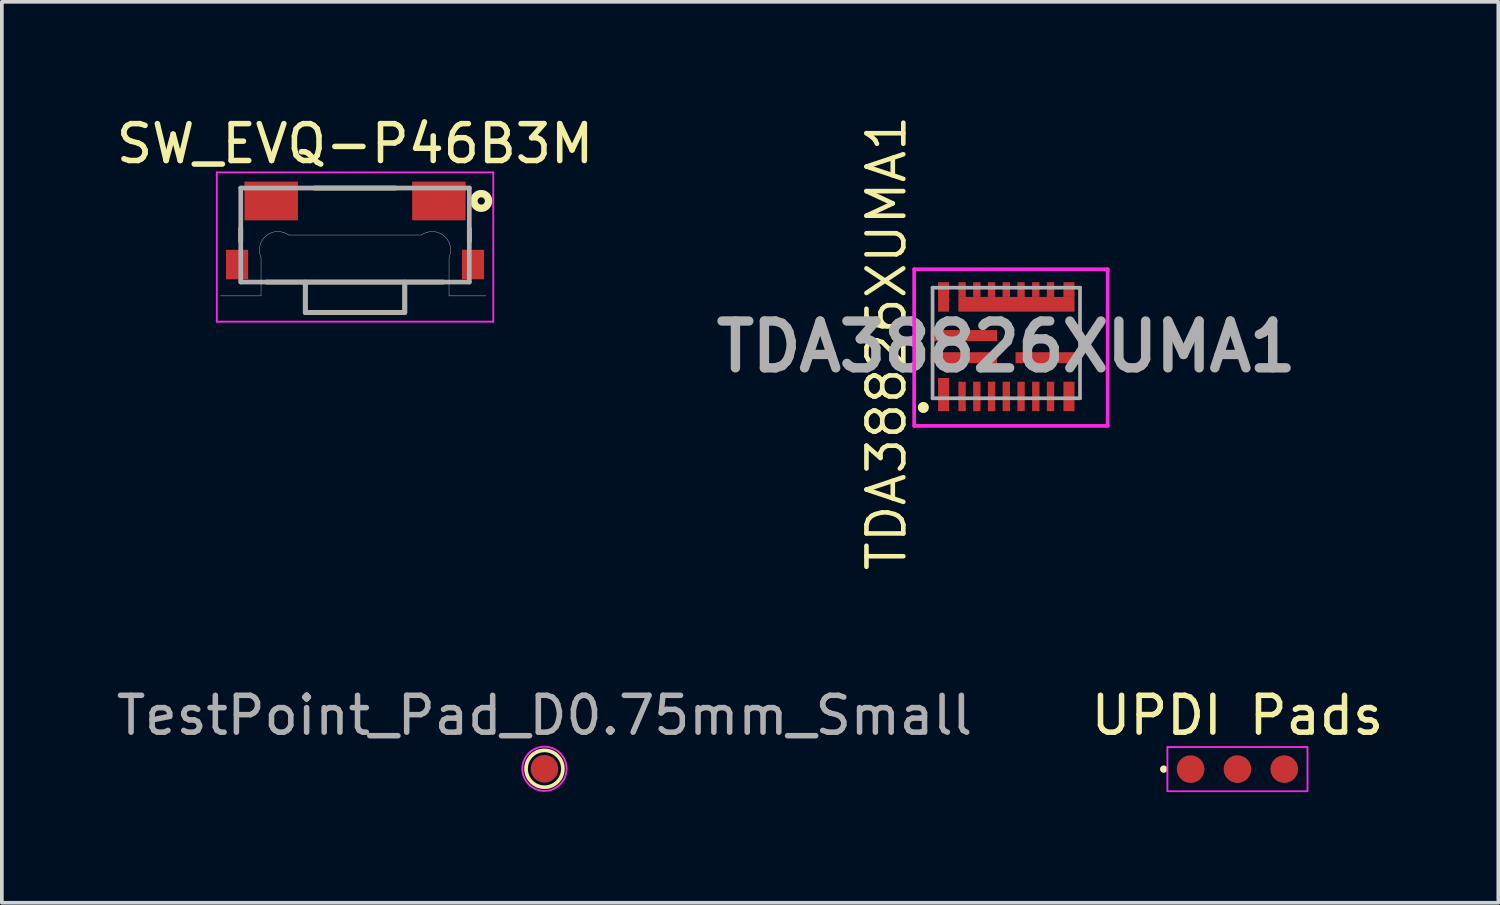
<source format=kicad_pcb>
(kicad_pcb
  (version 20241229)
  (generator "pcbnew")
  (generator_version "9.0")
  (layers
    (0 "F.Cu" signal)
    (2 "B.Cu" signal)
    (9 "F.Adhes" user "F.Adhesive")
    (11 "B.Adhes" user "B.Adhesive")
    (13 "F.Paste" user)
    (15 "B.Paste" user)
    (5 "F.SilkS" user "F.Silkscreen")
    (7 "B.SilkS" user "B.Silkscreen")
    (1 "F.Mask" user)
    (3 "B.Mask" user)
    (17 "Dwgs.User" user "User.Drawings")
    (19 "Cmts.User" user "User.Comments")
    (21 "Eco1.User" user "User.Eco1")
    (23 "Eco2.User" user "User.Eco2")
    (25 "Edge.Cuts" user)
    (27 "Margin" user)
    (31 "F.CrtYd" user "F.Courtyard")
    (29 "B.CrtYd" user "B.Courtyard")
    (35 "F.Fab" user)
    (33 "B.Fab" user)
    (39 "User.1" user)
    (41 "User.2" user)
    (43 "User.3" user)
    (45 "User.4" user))
  (footprint "UPDI Pads"
    (layer "F.Cu")
    (at 30.518 17.814)
    (property "Reference" "UPDI Pads" (at 0 -1.458 0) (unlocked yes) (layer "F.SilkS") (effects (font (size 1 1) (thickness 0.15))))
    (attr smd)
    (fp_circle (center -2 0) (end -1.9 0) (stroke (width 0) (type solid)) (fill yes) (layer "F.SilkS"))
    (fp_rect (start -1.9 -0.6) (end 1.9 0.6) (stroke (width 0.05) (type default)) (fill no) (layer "F.CrtYd"))
    (pad "1" smd circle (at -1.27 0) (size 0.75 0.75) (layers "F.Cu" "F.Mask"))
    (pad "2" smd circle (at 0 0) (size 0.75 0.75) (layers "F.Cu" "F.Mask"))
    (pad "3" smd circle (at 1.27 0) (size 0.75 0.75) (layers "F.Cu" "F.Mask")))
  (footprint "TestPoint_Pad_D0.75mm_Small"
    (layer "F.Cu")
    (at 11.72 17.805)
    (property "Reference" "TestPoint_Pad_D0.75mm_Small" (at 0 -1.448 0) (layer "F.Fab") (effects (font (size 1 1) (thickness 0.15))))
    (attr exclude_from_pos_files)
    (fp_circle (center 0 0) (end 0 0.5) (stroke (width 0.1) (type solid)) (fill no) (layer "F.SilkS"))
    (fp_circle (center 0 0) (end 0.6 0) (stroke (width 0.05) (type solid)) (fill no) (layer "F.CrtYd"))
    (pad "1" smd circle (at 0 0) (size 0.75 0.75) (layers "F.Cu" "F.Mask")))
  (footprint "SW_EVQ-P46B3M"
    (layer "F.Cu")
    (at 6.581 3.706)
    (property "Reference" "SW_EVQ-P46B3M" (at 0.00001 -2.857 0) (layer "F.SilkS") (effects (font (size 1.001 1.001) (thickness 0.15))))
    (attr smd)
    (fp_line (start -3.1 -0.205) (end -3.1 -0.555) (stroke (width 0.127) (type solid)) (layer "F.SilkS"))
    (fp_line (start -2.4 0.895) (end 2.4 0.895) (stroke (width 0.127) (type solid)) (layer "F.SilkS"))
    (fp_line (start -1.35 0.945) (end -1.35 1.72) (stroke (width 0.127) (type solid)) (layer "F.SilkS"))
    (fp_line (start -1.35 1.72) (end 1.35 1.72) (stroke (width 0.127) (type solid)) (layer "F.SilkS"))
    (fp_line (start -1.1 -1.655) (end 1.1 -1.655) (stroke (width 0.127) (type solid)) (layer "F.SilkS"))
    (fp_line (start 1.35 1.72) (end 1.35 0.945) (stroke (width 0.127) (type solid)) (layer "F.SilkS"))
    (fp_line (start 3.1 -0.205) (end 3.1 -0.555) (stroke (width 0.127) (type solid)) (layer "F.SilkS"))
    (fp_circle (center 3.424 -1.305) (end 3.523 -1.305) (stroke (width 0.2) (type solid)) (fill no) (layer "F.SilkS"))
    (fp_line (start -3.65 1.27) (end -2.55 1.27) (stroke (width 0.01) (type solid)) (layer "Edge.Cuts"))
    (fp_line (start -2.55 1.27) (end -2.55 0.23) (stroke (width 0.01) (type solid)) (layer "Edge.Cuts"))
    (fp_line (start -1.8 -0.38) (end 1.8 -0.38) (stroke (width 0.01) (type solid)) (layer "Edge.Cuts"))
    (fp_line (start 2.55 0.23) (end 2.55 1.27) (stroke (width 0.01) (type solid)) (layer "Edge.Cuts"))
    (fp_line (start 2.55 1.27) (end 3.55 1.27) (stroke (width 0.01) (type solid)) (layer "Edge.Cuts"))
    (fp_arc (start -2.549999 0.23) (mid -2.409034 -0.362747) (end -1.8 -0.38) (stroke (width 0.01) (type solid)) (layer "Edge.Cuts"))
    (fp_arc (start 1.799999 -0.38) (mid 2.409034 -0.362748) (end 2.55 0.23) (stroke (width 0.01) (type solid)) (layer "Edge.Cuts"))
    (fp_line (start -3.75 -2.08) (end 3.75 -2.08) (stroke (width 0.05) (type solid)) (layer "F.CrtYd"))
    (fp_line (start -3.75 1.97) (end -3.75 -2.08) (stroke (width 0.05) (type solid)) (layer "F.CrtYd"))
    (fp_line (start 3.75 -2.08) (end 3.75 1.97) (stroke (width 0.05) (type solid)) (layer "F.CrtYd"))
    (fp_line (start 3.75 1.97) (end -3.75 1.97) (stroke (width 0.05) (type solid)) (layer "F.CrtYd"))
    (fp_line (start -3.1 -1.655) (end 3.1 -1.655) (stroke (width 0.127) (type solid)) (layer "F.Fab"))
    (fp_line (start -3.1 0.895) (end -3.1 -1.655) (stroke (width 0.127) (type solid)) (layer "F.Fab"))
    (fp_line (start -1.35 1.72) (end -1.35 0.895) (stroke (width 0.127) (type solid)) (layer "F.Fab"))
    (fp_line (start 1.35 0.895) (end 1.35 1.72) (stroke (width 0.127) (type solid)) (layer "F.Fab"))
    (fp_line (start 1.35 1.72) (end -1.35 1.72) (stroke (width 0.127) (type solid)) (layer "F.Fab"))
    (fp_line (start 3.1 -1.655) (end 3.1 0.895) (stroke (width 0.127) (type solid)) (layer "F.Fab"))
    (fp_line (start 3.1 0.895) (end -3.1 0.895) (stroke (width 0.127) (type solid)) (layer "F.Fab"))
    (pad "1" smd rect (at 2.275 -1.305) (size 1.45 1.05) (layers "F.Cu" "F.Mask" "F.Paste"))
    (pad "2" smd rect (at -2.275 -1.305) (size 1.45 1.05) (layers "F.Cu" "F.Mask" "F.Paste"))
    (pad "MP" smd rect (at -3.2 0.42) (size 0.6 0.8) (layers "F.Cu" "F.Mask" "F.Paste"))
    (pad "MP" smd rect (at 3.2 0.42) (size 0.6 0.8) (layers "F.Cu" "F.Mask" "F.Paste")))
  (footprint "TDA38826XUMA1"
    (layer "F.Cu")
    (at 24.248 6.254)
    (property "Reference" "TDA38826XUMA1" (at -3.25 0 90) (layer "F.SilkS") (effects (font (size 1 1) (thickness 0.125))))
    (attr smd)
    (fp_circle (center -2.25 1.75) (end -2.1 1.75) (stroke (width 0) (type solid)) (fill yes) (layer "F.SilkS"))
    (fp_line (start -2.5 -2) (end 2.75 -2) (stroke (width 0.1) (type solid)) (layer "F.CrtYd"))
    (fp_line (start -2.5 2.25) (end -2.5 -2) (stroke (width 0.1) (type solid)) (layer "F.CrtYd"))
    (fp_line (start 2.75 -2) (end 2.75 2.25) (stroke (width 0.1) (type solid)) (layer "F.CrtYd"))
    (fp_line (start 2.75 2.25) (end -2.5 2.25) (stroke (width 0.1) (type solid)) (layer "F.CrtYd"))
    (fp_line (start -2 -1.5) (end 2 -1.5) (stroke (width 0.1) (type solid)) (layer "F.Fab"))
    (fp_line (start -2 1.5) (end -2 -1.5) (stroke (width 0.1) (type solid)) (layer "F.Fab"))
    (fp_line (start 2 -1.5) (end 2 1.5) (stroke (width 0.1) (type solid)) (layer "F.Fab"))
    (fp_line (start 2 1.5) (end -2 1.5) (stroke (width 0.1) (type solid)) (layer "F.Fab"))
    (fp_text user "${REFERENCE}" (at 0 0.1 0) (layer "F.Fab") (effects (font (size 1.27 1.27) (thickness 0.254))))
    (pad "1" smd rect (at -1.7 1.4) (size 0.3 0.9) (layers "F.Cu" "F.Mask" "F.Paste"))
    (pad "2" smd rect (at -1.2 1.45) (size 0.2 0.8) (layers "F.Cu" "F.Mask" "F.Paste"))
    (pad "3" smd rect (at -0.8 1.45) (size 0.2 0.8) (layers "F.Cu" "F.Mask" "F.Paste"))
    (pad "4" smd rect (at -0.4 1.45) (size 0.2 0.8) (layers "F.Cu" "F.Mask" "F.Paste"))
    (pad "5" smd rect (at 0 1.45) (size 0.2 0.8) (layers "F.Cu" "F.Mask" "F.Paste"))
    (pad "6" smd rect (at 0.4 1.45) (size 0.2 0.8) (layers "F.Cu" "F.Mask" "F.Paste"))
    (pad "7" smd rect (at 0.8 1.45) (size 0.2 0.8) (layers "F.Cu" "F.Mask" "F.Paste"))
    (pad "8" smd rect (at 1.2 1.45) (size 0.2 0.8) (layers "F.Cu" "F.Mask" "F.Paste"))
    (pad "9" smd rect (at 1.7 1.45) (size 0.3 0.8) (layers "F.Cu" "F.Mask" "F.Paste"))
    (pad "10" smd rect (at 1.15 0.4 90) (size 0.3 1.8) (layers "F.Cu" "F.Mask" "F.Paste"))
    (pad "11" smd rect (at 1.7 -1.45) (size 0.3 0.4) (layers "F.Cu" "F.Mask" "F.Paste"))
    (pad "12" smd rect (at 1.2 -1.45) (size 0.2 0.4) (layers "F.Cu" "F.Mask" "F.Paste"))
    (pad "13" smd rect (at 0.8 -1.45) (size 0.2 0.4) (layers "F.Cu" "F.Mask" "F.Paste"))
    (pad "14" smd rect (at 0.4 -1.45) (size 0.2 0.4) (layers "F.Cu" "F.Mask" "F.Paste"))
    (pad "15" smd rect (at 0 -1.45) (size 0.2 0.4) (layers "F.Cu" "F.Mask" "F.Paste"))
    (pad "16" smd rect (at -0.4 -1.45) (size 0.2 0.4) (layers "F.Cu" "F.Mask" "F.Paste"))
    (pad "17" smd rect (at -0.8 -1.45) (size 0.2 0.4) (layers "F.Cu" "F.Mask" "F.Paste"))
    (pad "18" smd rect (at -1.2 -1.45) (size 0.2 0.4) (layers "F.Cu" "F.Mask" "F.Paste"))
    (pad "19" smd rect (at -1.7 -1.25) (size 0.3 0.8) (layers "F.Cu" "F.Mask" "F.Paste"))
    (pad "20" smd rect (at -1.15 -0.2 90) (size 0.3 1.8) (layers "F.Cu" "F.Mask" "F.Paste"))
    (pad "21" smd rect (at -1.15 0.4 90) (size 0.3 1.8) (layers "F.Cu" "F.Mask" "F.Paste"))
    (pad "22" smd rect (at 0.275 -1.05 90) (size 0.4 3.15) (layers "F.Cu" "F.Mask" "F.Paste")))
  (gr_rect
    (start -3 -3)
    (end 37.595 21.439)
    (stroke (width 0.1) (type default))
    (fill no)
    (layer "Edge.Cuts")))
</source>
